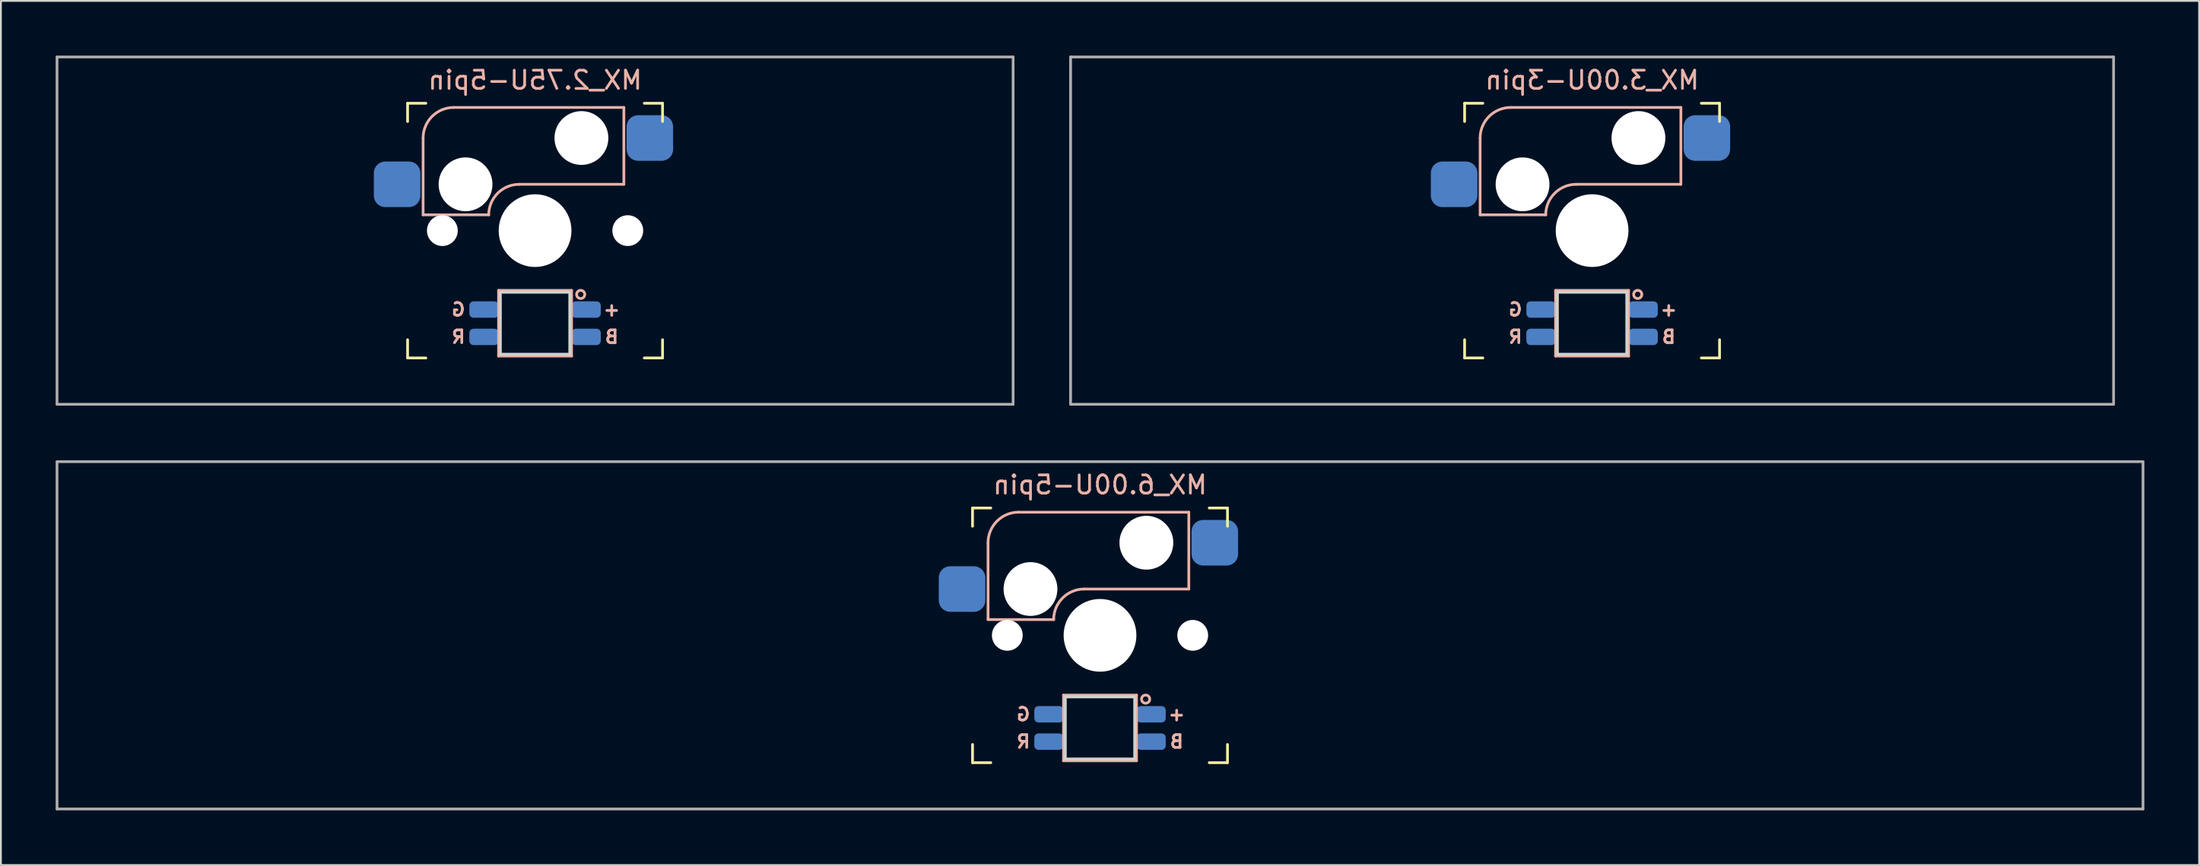
<source format=kicad_pcb>
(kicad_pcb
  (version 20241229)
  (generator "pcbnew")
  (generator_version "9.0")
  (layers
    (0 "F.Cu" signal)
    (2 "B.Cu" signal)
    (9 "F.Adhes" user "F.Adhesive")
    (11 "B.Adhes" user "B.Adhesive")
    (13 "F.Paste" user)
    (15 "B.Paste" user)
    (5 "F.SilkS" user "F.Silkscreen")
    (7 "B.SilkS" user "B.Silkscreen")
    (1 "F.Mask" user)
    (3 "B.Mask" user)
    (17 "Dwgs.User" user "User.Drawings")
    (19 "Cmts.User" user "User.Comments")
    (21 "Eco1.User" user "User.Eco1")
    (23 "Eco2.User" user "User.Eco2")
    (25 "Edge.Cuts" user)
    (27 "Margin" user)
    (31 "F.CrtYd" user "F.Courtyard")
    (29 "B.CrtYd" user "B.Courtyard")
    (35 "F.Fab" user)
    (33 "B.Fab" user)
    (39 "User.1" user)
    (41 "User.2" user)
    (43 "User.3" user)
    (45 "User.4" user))
  (footprint "MX_6.00U-5pin"
    (layer "F.Cu")
    (at 57.225 31.8)
    (property "Reference" "MX_6.00U-5pin" (at 0 -8.255 0) (layer "B.SilkS") (effects (font (size 1 1) (thickness 0.15)) (justify mirror)))
    (attr smd)
    (fp_line (start -6.985 -5.985) (end -6.985 -6.985) (stroke (width 0.15) (type solid)) (layer "F.SilkS"))
    (fp_line (start -6.985 6.985) (end -6.985 5.985) (stroke (width 0.15) (type solid)) (layer "F.SilkS"))
    (fp_line (start -6.985 6.985) (end -5.985 6.985) (stroke (width 0.15) (type solid)) (layer "F.SilkS"))
    (fp_line (start -5.985 -6.985) (end -6.985 -6.985) (stroke (width 0.15) (type solid)) (layer "F.SilkS"))
    (fp_line (start 5.985 6.985) (end 6.985 6.985) (stroke (width 0.15) (type solid)) (layer "F.SilkS"))
    (fp_line (start 6.985 -6.985) (end 5.985 -6.985) (stroke (width 0.15) (type solid)) (layer "F.SilkS"))
    (fp_line (start 6.985 -6.985) (end 6.985 -5.985) (stroke (width 0.15) (type solid)) (layer "F.SilkS"))
    (fp_line (start 6.985 5.985) (end 6.985 6.985) (stroke (width 0.15) (type solid)) (layer "F.SilkS"))
    (fp_line (start -6.135 -5.08) (end -6.135 -0.865) (stroke (width 0.15) (type solid)) (layer "B.SilkS"))
    (fp_line (start -6.135 -0.865) (end -2.54 -0.865) (stroke (width 0.15) (type solid)) (layer "B.SilkS"))
    (fp_line (start -4.46 -6.755) (end 4.865 -6.755) (stroke (width 0.15) (type solid)) (layer "B.SilkS"))
    (fp_line (start -2 3.28) (end -2 6.88) (stroke (width 0.15) (type solid)) (layer "B.SilkS"))
    (fp_line (start -2 6.88) (end 2 6.88) (stroke (width 0.15) (type solid)) (layer "B.SilkS"))
    (fp_line (start -0.865 -2.54) (end 4.865 -2.54) (stroke (width 0.15) (type solid)) (layer "B.SilkS"))
    (fp_line (start 2 3.28) (end -2 3.28) (stroke (width 0.15) (type solid)) (layer "B.SilkS"))
    (fp_line (start 2 6.88) (end 2 3.28) (stroke (width 0.15) (type solid)) (layer "B.SilkS"))
    (fp_line (start 4.865 -6.755) (end 4.865 -2.54) (stroke (width 0.15) (type solid)) (layer "B.SilkS"))
    (fp_arc (start -6.135 -5.08) (mid -5.644404 -6.264404) (end -4.46 -6.755) (stroke (width 0.15) (type solid)) (layer "B.SilkS"))
    (fp_arc (start -2.54 -0.865) (mid -2.049404 -2.049404) (end -0.865 -2.54) (stroke (width 0.15) (type solid)) (layer "B.SilkS"))
    (fp_circle (center 2.5 3.5) (end 2.724 3.5) (stroke (width 0.15) (type solid)) (fill no) (layer "B.SilkS"))
    (fp_line (start -6.985 6.985) (end -6.985 -6.985) (stroke (width 0.15) (type solid)) (layer "Eco2.User"))
    (fp_line (start -6.985 6.985) (end 6.985 6.985) (stroke (width 0.15) (type solid)) (layer "Eco2.User"))
    (fp_line (start 6.985 -6.985) (end -6.985 -6.985) (stroke (width 0.15) (type solid)) (layer "Eco2.User"))
    (fp_line (start 6.985 -6.985) (end 6.985 6.985) (stroke (width 0.15) (type solid)) (layer "Eco2.User"))
    (fp_line (start -1.9 3.38) (end -1.9 6.78) (stroke (width 0.15) (type solid)) (layer "Edge.Cuts"))
    (fp_line (start -1.9 3.38) (end 1.9 3.38) (stroke (width 0.15) (type solid)) (layer "Edge.Cuts"))
    (fp_line (start -1.9 6.78) (end 1.9 6.78) (stroke (width 0.15) (type solid)) (layer "Edge.Cuts"))
    (fp_line (start 1.9 3.38) (end 1.9 6.78) (stroke (width 0.15) (type solid)) (layer "Edge.Cuts"))
    (fp_line (start -57.15 -9.525) (end 57.15 -9.525) (stroke (width 0.15) (type solid)) (layer "F.Fab"))
    (fp_line (start -57.15 9.525) (end -57.15 -9.525) (stroke (width 0.15) (type solid)) (layer "F.Fab"))
    (fp_line (start 57.15 -9.525) (end 57.15 9.525) (stroke (width 0.15) (type solid)) (layer "F.Fab"))
    (fp_line (start 57.15 9.525) (end -57.15 9.525) (stroke (width 0.15) (type solid)) (layer "F.Fab"))
    (fp_text user "+" (at 4.2 4.33 0) (layer "B.SilkS") (effects (font (size 0.7 0.7) (thickness 0.15)) (justify mirror)))
    (fp_text user "B" (at 4.2 5.83 0) (layer "B.SilkS") (effects (font (size 0.7 0.7) (thickness 0.15)) (justify mirror)))
    (fp_text user "R" (at -4.2 5.83 0) (layer "B.SilkS") (effects (font (size 0.7 0.7) (thickness 0.15)) (justify mirror)))
    (fp_text user "G" (at -4.2 4.33 0) (layer "B.SilkS") (effects (font (size 0.7 0.7) (thickness 0.15)) (justify mirror)))
    (pad "" np_thru_hole circle (at -5.08 0) (size 1.688 1.688) (drill 1.688) (layers "*.Cu" "*.Mask"))
    (pad "" np_thru_hole circle (at -3.81 -2.54) (size 2.95 2.95) (drill 2.95) (layers "*.Cu" "*.Mask"))
    (pad "" np_thru_hole circle (at 0 0) (size 3.988 3.988) (drill 3.988) (layers "*.Cu" "*.Mask"))
    (pad "" np_thru_hole circle (at 2.54 -5.08) (size 2.95 2.95) (drill 2.95) (layers "*.Cu" "*.Mask"))
    (pad "" np_thru_hole circle (at 5.08 0) (size 1.688 1.688) (drill 1.688) (layers "*.Cu" "*.Mask"))
    (pad "1" smd roundrect (at 6.29 -5.08) (size 2.55 2.5) (layers "B.Cu" "B.Mask" "B.Paste") (roundrect_rratio 0.25))
    (pad "2" smd roundrect (at -7.56 -2.54) (size 2.55 2.5) (layers "B.Cu" "B.Mask" "B.Paste") (roundrect_rratio 0.25))
    (pad "3" smd roundrect (at 2.8 4.33) (size 1.6 0.9) (layers "B.Cu" "B.Mask" "B.Paste") (roundrect_rratio 0.25))
    (pad "4" smd roundrect (at -2.8 5.83) (size 1.6 0.9) (layers "B.Cu" "B.Mask" "B.Paste") (roundrect_rratio 0.25))
    (pad "5" smd roundrect (at -2.8 4.33) (size 1.6 0.9) (layers "B.Cu" "B.Mask" "B.Paste") (roundrect_rratio 0.25))
    (pad "6" smd roundrect (at 2.8 5.83) (size 1.6 0.9) (layers "B.Cu" "B.Mask" "B.Paste") (roundrect_rratio 0.25)))
  (footprint "MX_3.00U-3pin"
    (layer "F.Cu")
    (at 84.188 9.6)
    (property "Reference" "MX_3.00U-3pin" (at 0 -8.255 0) (layer "B.SilkS") (effects (font (size 1 1) (thickness 0.15)) (justify mirror)))
    (attr smd)
    (fp_line (start -6.985 -5.985) (end -6.985 -6.985) (stroke (width 0.15) (type solid)) (layer "F.SilkS"))
    (fp_line (start -6.985 6.985) (end -6.985 5.985) (stroke (width 0.15) (type solid)) (layer "F.SilkS"))
    (fp_line (start -6.985 6.985) (end -5.985 6.985) (stroke (width 0.15) (type solid)) (layer "F.SilkS"))
    (fp_line (start -5.985 -6.985) (end -6.985 -6.985) (stroke (width 0.15) (type solid)) (layer "F.SilkS"))
    (fp_line (start 5.985 6.985) (end 6.985 6.985) (stroke (width 0.15) (type solid)) (layer "F.SilkS"))
    (fp_line (start 6.985 -6.985) (end 5.985 -6.985) (stroke (width 0.15) (type solid)) (layer "F.SilkS"))
    (fp_line (start 6.985 -6.985) (end 6.985 -5.985) (stroke (width 0.15) (type solid)) (layer "F.SilkS"))
    (fp_line (start 6.985 5.985) (end 6.985 6.985) (stroke (width 0.15) (type solid)) (layer "F.SilkS"))
    (fp_line (start -6.135 -5.08) (end -6.135 -0.865) (stroke (width 0.15) (type solid)) (layer "B.SilkS"))
    (fp_line (start -6.135 -0.865) (end -2.54 -0.865) (stroke (width 0.15) (type solid)) (layer "B.SilkS"))
    (fp_line (start -4.46 -6.755) (end 4.865 -6.755) (stroke (width 0.15) (type solid)) (layer "B.SilkS"))
    (fp_line (start -2 3.28) (end -2 6.88) (stroke (width 0.15) (type solid)) (layer "B.SilkS"))
    (fp_line (start -2 6.88) (end 2 6.88) (stroke (width 0.15) (type solid)) (layer "B.SilkS"))
    (fp_line (start -0.865 -2.54) (end 4.865 -2.54) (stroke (width 0.15) (type solid)) (layer "B.SilkS"))
    (fp_line (start 2 3.28) (end -2 3.28) (stroke (width 0.15) (type solid)) (layer "B.SilkS"))
    (fp_line (start 2 6.88) (end 2 3.28) (stroke (width 0.15) (type solid)) (layer "B.SilkS"))
    (fp_line (start 4.865 -6.755) (end 4.865 -2.54) (stroke (width 0.15) (type solid)) (layer "B.SilkS"))
    (fp_arc (start -6.135 -5.08) (mid -5.644404 -6.264404) (end -4.46 -6.755) (stroke (width 0.15) (type solid)) (layer "B.SilkS"))
    (fp_arc (start -2.54 -0.865) (mid -2.049404 -2.049404) (end -0.865 -2.54) (stroke (width 0.15) (type solid)) (layer "B.SilkS"))
    (fp_circle (center 2.5 3.5) (end 2.724 3.5) (stroke (width 0.15) (type solid)) (fill no) (layer "B.SilkS"))
    (fp_line (start -6.985 6.985) (end -6.985 -6.985) (stroke (width 0.15) (type solid)) (layer "Eco2.User"))
    (fp_line (start -6.985 6.985) (end 6.985 6.985) (stroke (width 0.15) (type solid)) (layer "Eco2.User"))
    (fp_line (start 6.985 -6.985) (end -6.985 -6.985) (stroke (width 0.15) (type solid)) (layer "Eco2.User"))
    (fp_line (start 6.985 -6.985) (end 6.985 6.985) (stroke (width 0.15) (type solid)) (layer "Eco2.User"))
    (fp_line (start -1.9 3.38) (end -1.9 6.78) (stroke (width 0.15) (type solid)) (layer "Edge.Cuts"))
    (fp_line (start -1.9 3.38) (end 1.9 3.38) (stroke (width 0.15) (type solid)) (layer "Edge.Cuts"))
    (fp_line (start -1.9 6.78) (end 1.9 6.78) (stroke (width 0.15) (type solid)) (layer "Edge.Cuts"))
    (fp_line (start 1.9 3.38) (end 1.9 6.78) (stroke (width 0.15) (type solid)) (layer "Edge.Cuts"))
    (fp_line (start -28.575 -9.525) (end 28.575 -9.525) (stroke (width 0.15) (type solid)) (layer "F.Fab"))
    (fp_line (start -28.575 9.525) (end -28.575 -9.525) (stroke (width 0.15) (type solid)) (layer "F.Fab"))
    (fp_line (start 28.575 -9.525) (end 28.575 9.525) (stroke (width 0.15) (type solid)) (layer "F.Fab"))
    (fp_line (start 28.575 9.525) (end -28.575 9.525) (stroke (width 0.15) (type solid)) (layer "F.Fab"))
    (fp_text user "B" (at 4.2 5.83 0) (layer "B.SilkS") (effects (font (size 0.7 0.7) (thickness 0.15)) (justify mirror)))
    (fp_text user "G" (at -4.2 4.33 0) (layer "B.SilkS") (effects (font (size 0.7 0.7) (thickness 0.15)) (justify mirror)))
    (fp_text user "R" (at -4.2 5.83 0) (layer "B.SilkS") (effects (font (size 0.7 0.7) (thickness 0.15)) (justify mirror)))
    (fp_text user "+" (at 4.2 4.33 0) (layer "B.SilkS") (effects (font (size 0.7 0.7) (thickness 0.15)) (justify mirror)))
    (pad "" np_thru_hole circle (at -3.81 -2.54) (size 2.95 2.95) (drill 2.95) (layers "*.Cu" "*.Mask"))
    (pad "" np_thru_hole circle (at 0 0) (size 3.988 3.988) (drill 3.988) (layers "*.Cu" "*.Mask"))
    (pad "" np_thru_hole circle (at 2.54 -5.08) (size 2.95 2.95) (drill 2.95) (layers "*.Cu" "*.Mask"))
    (pad "1" smd roundrect (at 6.29 -5.08) (size 2.55 2.5) (layers "B.Cu" "B.Mask" "B.Paste") (roundrect_rratio 0.25))
    (pad "2" smd roundrect (at -7.56 -2.54) (size 2.55 2.5) (layers "B.Cu" "B.Mask" "B.Paste") (roundrect_rratio 0.25))
    (pad "3" smd roundrect (at 2.8 4.33) (size 1.6 0.9) (layers "B.Cu" "B.Mask" "B.Paste") (roundrect_rratio 0.25))
    (pad "4" smd roundrect (at -2.8 5.83) (size 1.6 0.9) (layers "B.Cu" "B.Mask" "B.Paste") (roundrect_rratio 0.25))
    (pad "5" smd roundrect (at -2.8 4.33) (size 1.6 0.9) (layers "B.Cu" "B.Mask" "B.Paste") (roundrect_rratio 0.25))
    (pad "6" smd roundrect (at 2.8 5.83) (size 1.6 0.9) (layers "B.Cu" "B.Mask" "B.Paste") (roundrect_rratio 0.25)))
  (footprint "MX_2.75U-5pin"
    (layer "F.Cu")
    (at 26.269 9.6)
    (property "Reference" "MX_2.75U-5pin" (at 0 -8.255 0) (layer "B.SilkS") (effects (font (size 1 1) (thickness 0.15)) (justify mirror)))
    (attr smd)
    (fp_line (start -6.985 -5.985) (end -6.985 -6.985) (stroke (width 0.15) (type solid)) (layer "F.SilkS"))
    (fp_line (start -6.985 6.985) (end -6.985 5.985) (stroke (width 0.15) (type solid)) (layer "F.SilkS"))
    (fp_line (start -6.985 6.985) (end -5.985 6.985) (stroke (width 0.15) (type solid)) (layer "F.SilkS"))
    (fp_line (start -5.985 -6.985) (end -6.985 -6.985) (stroke (width 0.15) (type solid)) (layer "F.SilkS"))
    (fp_line (start 5.985 6.985) (end 6.985 6.985) (stroke (width 0.15) (type solid)) (layer "F.SilkS"))
    (fp_line (start 6.985 -6.985) (end 5.985 -6.985) (stroke (width 0.15) (type solid)) (layer "F.SilkS"))
    (fp_line (start 6.985 -6.985) (end 6.985 -5.985) (stroke (width 0.15) (type solid)) (layer "F.SilkS"))
    (fp_line (start 6.985 5.985) (end 6.985 6.985) (stroke (width 0.15) (type solid)) (layer "F.SilkS"))
    (fp_line (start -6.135 -5.08) (end -6.135 -0.865) (stroke (width 0.15) (type solid)) (layer "B.SilkS"))
    (fp_line (start -6.135 -0.865) (end -2.54 -0.865) (stroke (width 0.15) (type solid)) (layer "B.SilkS"))
    (fp_line (start -4.46 -6.755) (end 4.865 -6.755) (stroke (width 0.15) (type solid)) (layer "B.SilkS"))
    (fp_line (start -2 3.28) (end -2 6.88) (stroke (width 0.15) (type solid)) (layer "B.SilkS"))
    (fp_line (start -2 6.88) (end 2 6.88) (stroke (width 0.15) (type solid)) (layer "B.SilkS"))
    (fp_line (start -0.865 -2.54) (end 4.865 -2.54) (stroke (width 0.15) (type solid)) (layer "B.SilkS"))
    (fp_line (start 2 3.28) (end -2 3.28) (stroke (width 0.15) (type solid)) (layer "B.SilkS"))
    (fp_line (start 2 6.88) (end 2 3.28) (stroke (width 0.15) (type solid)) (layer "B.SilkS"))
    (fp_line (start 4.865 -6.755) (end 4.865 -2.54) (stroke (width 0.15) (type solid)) (layer "B.SilkS"))
    (fp_arc (start -6.135 -5.08) (mid -5.644404 -6.264404) (end -4.46 -6.755) (stroke (width 0.15) (type solid)) (layer "B.SilkS"))
    (fp_arc (start -2.54 -0.865) (mid -2.049404 -2.049404) (end -0.865 -2.54) (stroke (width 0.15) (type solid)) (layer "B.SilkS"))
    (fp_circle (center 2.5 3.5) (end 2.724 3.5) (stroke (width 0.15) (type solid)) (fill no) (layer "B.SilkS"))
    (fp_line (start -6.985 6.985) (end -6.985 -6.985) (stroke (width 0.15) (type solid)) (layer "Eco2.User"))
    (fp_line (start -6.985 6.985) (end 6.985 6.985) (stroke (width 0.15) (type solid)) (layer "Eco2.User"))
    (fp_line (start 6.985 -6.985) (end -6.985 -6.985) (stroke (width 0.15) (type solid)) (layer "Eco2.User"))
    (fp_line (start 6.985 -6.985) (end 6.985 6.985) (stroke (width 0.15) (type solid)) (layer "Eco2.User"))
    (fp_line (start -1.9 3.38) (end -1.9 6.78) (stroke (width 0.15) (type solid)) (layer "Edge.Cuts"))
    (fp_line (start -1.9 3.38) (end 1.9 3.38) (stroke (width 0.15) (type solid)) (layer "Edge.Cuts"))
    (fp_line (start -1.9 6.78) (end 1.9 6.78) (stroke (width 0.15) (type solid)) (layer "Edge.Cuts"))
    (fp_line (start 1.9 3.38) (end 1.9 6.78) (stroke (width 0.15) (type solid)) (layer "Edge.Cuts"))
    (fp_line (start -26.194 -9.525) (end 26.194 -9.525) (stroke (width 0.15) (type solid)) (layer "F.Fab"))
    (fp_line (start -26.194 9.525) (end -26.194 -9.525) (stroke (width 0.15) (type solid)) (layer "F.Fab"))
    (fp_line (start 26.194 -9.525) (end 26.194 9.525) (stroke (width 0.15) (type solid)) (layer "F.Fab"))
    (fp_line (start 26.194 9.525) (end -26.194 9.525) (stroke (width 0.15) (type solid)) (layer "F.Fab"))
    (fp_text user "G" (at -4.2 4.33 0) (layer "B.SilkS") (effects (font (size 0.7 0.7) (thickness 0.15)) (justify mirror)))
    (fp_text user "R" (at -4.2 5.83 0) (layer "B.SilkS") (effects (font (size 0.7 0.7) (thickness 0.15)) (justify mirror)))
    (fp_text user "+" (at 4.2 4.33 0) (layer "B.SilkS") (effects (font (size 0.7 0.7) (thickness 0.15)) (justify mirror)))
    (fp_text user "B" (at 4.2 5.83 0) (layer "B.SilkS") (effects (font (size 0.7 0.7) (thickness 0.15)) (justify mirror)))
    (pad "" np_thru_hole circle (at -5.08 0) (size 1.688 1.688) (drill 1.688) (layers "*.Cu" "*.Mask"))
    (pad "" np_thru_hole circle (at -3.81 -2.54) (size 2.95 2.95) (drill 2.95) (layers "*.Cu" "*.Mask"))
    (pad "" np_thru_hole circle (at 0 0) (size 3.988 3.988) (drill 3.988) (layers "*.Cu" "*.Mask"))
    (pad "" np_thru_hole circle (at 2.54 -5.08) (size 2.95 2.95) (drill 2.95) (layers "*.Cu" "*.Mask"))
    (pad "" np_thru_hole circle (at 5.08 0) (size 1.688 1.688) (drill 1.688) (layers "*.Cu" "*.Mask"))
    (pad "1" smd roundrect (at 6.29 -5.08) (size 2.55 2.5) (layers "B.Cu" "B.Mask" "B.Paste") (roundrect_rratio 0.25))
    (pad "2" smd roundrect (at -7.56 -2.54) (size 2.55 2.5) (layers "B.Cu" "B.Mask" "B.Paste") (roundrect_rratio 0.25))
    (pad "3" smd roundrect (at 2.8 4.33) (size 1.6 0.9) (layers "B.Cu" "B.Mask" "B.Paste") (roundrect_rratio 0.25))
    (pad "4" smd roundrect (at -2.8 5.83) (size 1.6 0.9) (layers "B.Cu" "B.Mask" "B.Paste") (roundrect_rratio 0.25))
    (pad "5" smd roundrect (at -2.8 4.33) (size 1.6 0.9) (layers "B.Cu" "B.Mask" "B.Paste") (roundrect_rratio 0.25))
    (pad "6" smd roundrect (at 2.8 5.83) (size 1.6 0.9) (layers "B.Cu" "B.Mask" "B.Paste") (roundrect_rratio 0.25)))
  (gr_rect
    (start -3 -3)
    (end 117.45 44.4)
    (stroke (width 0.1) (type default))
    (fill no)
    (layer "Edge.Cuts")))
</source>
